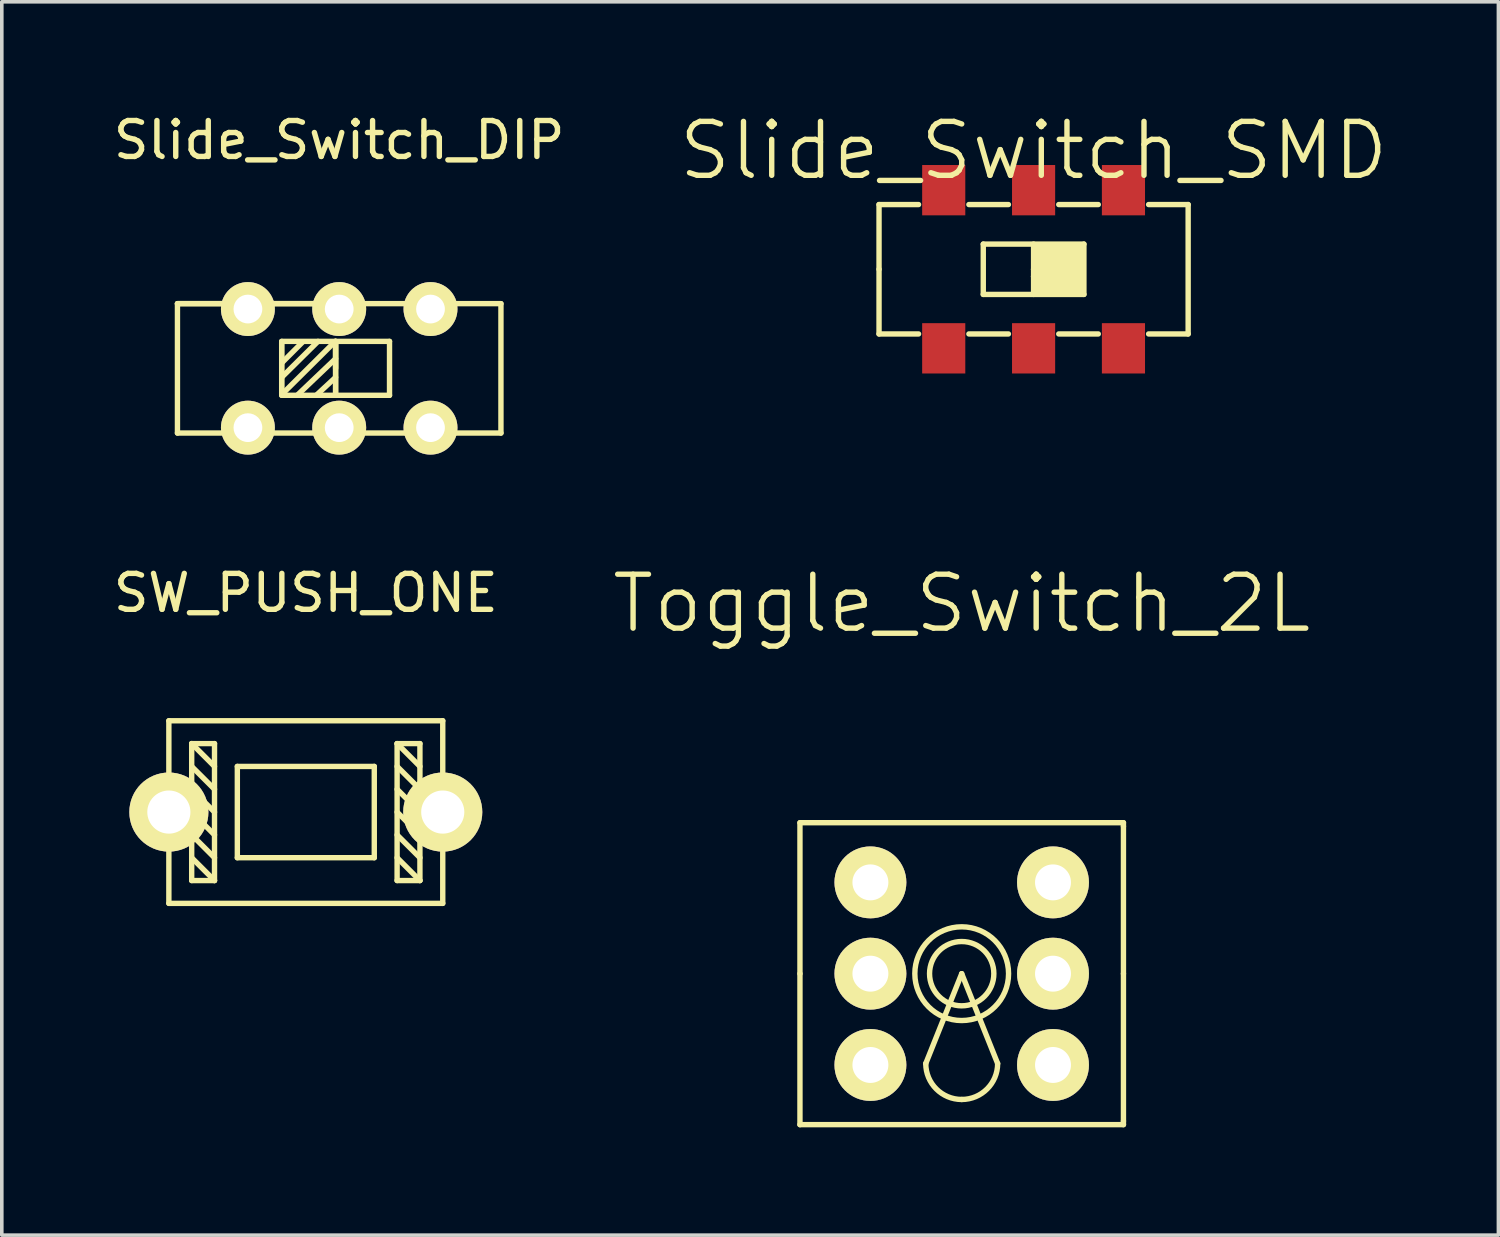
<source format=kicad_pcb>
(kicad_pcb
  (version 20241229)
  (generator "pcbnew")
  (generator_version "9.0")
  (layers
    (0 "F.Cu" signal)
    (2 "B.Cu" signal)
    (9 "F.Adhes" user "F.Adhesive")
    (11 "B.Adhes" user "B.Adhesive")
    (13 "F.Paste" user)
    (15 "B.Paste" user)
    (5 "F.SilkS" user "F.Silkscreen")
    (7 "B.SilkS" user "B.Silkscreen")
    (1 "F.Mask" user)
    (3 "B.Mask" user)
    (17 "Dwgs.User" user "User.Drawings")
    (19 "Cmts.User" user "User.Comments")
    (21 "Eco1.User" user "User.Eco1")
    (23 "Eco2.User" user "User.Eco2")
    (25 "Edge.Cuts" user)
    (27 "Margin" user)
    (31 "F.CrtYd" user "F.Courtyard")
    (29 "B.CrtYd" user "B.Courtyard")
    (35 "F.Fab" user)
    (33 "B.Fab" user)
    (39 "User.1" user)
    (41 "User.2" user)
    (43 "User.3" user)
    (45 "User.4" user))
  (footprint "Slide_Switch_DIP"
    (layer "F.Cu")
    (at 6.387 7.198)
    (property "Reference" "Slide_Switch_DIP" (at 0 -6.35 0) (layer "F.SilkS") (effects (font (size 1 1) (thickness 0.15))))
    (attr through_hole)
    (fp_line (start -4.5 -1.8) (end -4.5 1.8) (stroke (width 0.15) (type solid)) (layer "F.SilkS"))
    (fp_line (start -4.5 1.8) (end 4.5 1.8) (stroke (width 0.15) (type solid)) (layer "F.SilkS"))
    (fp_line (start -1.6 -0.75) (end -1.6 0.75) (stroke (width 0.15) (type solid)) (layer "F.SilkS"))
    (fp_line (start -1.6 -0.7) (end -1.6 0.7) (stroke (width 0.15) (type solid)) (layer "F.SilkS"))
    (fp_line (start -1.6 -0.15) (end -1.01 -0.74) (stroke (width 0.15) (type solid)) (layer "F.SilkS"))
    (fp_line (start -1.6 0.25) (end -0.59 -0.75) (stroke (width 0.15) (type solid)) (layer "F.SilkS"))
    (fp_line (start -1.6 0.75) (end -0.1 0.75) (stroke (width 0.15) (type solid)) (layer "F.SilkS"))
    (fp_line (start -1.59 0.72) (end -0.11 -0.75) (stroke (width 0.15) (type solid)) (layer "F.SilkS"))
    (fp_line (start -1.17 0.75) (end -0.1 -0.27) (stroke (width 0.15) (type solid)) (layer "F.SilkS"))
    (fp_line (start -0.64 0.75) (end -0.1 0.25) (stroke (width 0.15) (type solid)) (layer "F.SilkS"))
    (fp_line (start -0.1 -0.75) (end -1.6 -0.75) (stroke (width 0.15) (type solid)) (layer "F.SilkS"))
    (fp_line (start -0.1 -0.75) (end 1.4 -0.75) (stroke (width 0.15) (type solid)) (layer "F.SilkS"))
    (fp_line (start -0.1 -0.7) (end -0.1 0.7) (stroke (width 0.15) (type solid)) (layer "F.SilkS"))
    (fp_line (start -0.1 0) (end -0.1 -0.75) (stroke (width 0.15) (type solid)) (layer "F.SilkS"))
    (fp_line (start -0.1 0.75) (end -0.1 -0.75) (stroke (width 0.15) (type solid)) (layer "F.SilkS"))
    (fp_line (start 0 -1.8) (end -4.5 -1.8) (stroke (width 0.15) (type solid)) (layer "F.SilkS"))
    (fp_line (start 1.4 -0.75) (end 1.4 0.75) (stroke (width 0.15) (type solid)) (layer "F.SilkS"))
    (fp_line (start 1.4 0.75) (end -0.11 0.75) (stroke (width 0.15) (type solid)) (layer "F.SilkS"))
    (fp_line (start 4.5 -1.8) (end -4.5 -1.8) (stroke (width 0.15) (type solid)) (layer "F.SilkS"))
    (fp_line (start 4.5 1.8) (end 4.5 -1.8) (stroke (width 0.15) (type solid)) (layer "F.SilkS"))
    (pad "1" thru_hole circle (at -2.54 -1.65) (size 1.5 1.5) (drill 0.8) (layers "*.Cu" "*.Mask" "F.SilkS"))
    (pad "2" thru_hole circle (at 0 -1.65) (size 1.5 1.5) (drill 0.8) (layers "*.Cu" "*.Mask" "F.SilkS"))
    (pad "3" thru_hole circle (at 2.54 -1.65) (size 1.5 1.5) (drill 0.8) (layers "*.Cu" "*.Mask" "F.SilkS"))
    (pad "4" thru_hole circle (at 2.54 1.65) (size 1.5 1.5) (drill 0.8) (layers "*.Cu" "*.Mask" "F.SilkS"))
    (pad "5" thru_hole circle (at 0 1.65) (size 1.5 1.5) (drill 0.8) (layers "*.Cu" "*.Mask" "F.SilkS"))
    (pad "6" thru_hole circle (at -2.54 1.65) (size 1.5 1.5) (drill 0.8) (layers "*.Cu" "*.Mask" "F.SilkS")))
  (footprint "Toggle_Switch_2L"
    (layer "F.Cu")
    (at 23.706 24.039)
    (property "Reference" "Toggle_Switch_2L" (at 0 -10.3 0) (layer "F.SilkS") (effects (font (size 1.5 1.5) (thickness 0.15))))
    (attr through_hole)
    (fp_line (start -4.5 0) (end -4.5 -4.2) (stroke (width 0.15) (type solid)) (layer "F.SilkS"))
    (fp_line (start -4.5 0) (end -4.5 4.2) (stroke (width 0.15) (type solid)) (layer "F.SilkS"))
    (fp_line (start 0 0) (end -1 2.5) (stroke (width 0.15) (type solid)) (layer "F.SilkS"))
    (fp_line (start 0 0) (end 1 2.5) (stroke (width 0.15) (type solid)) (layer "F.SilkS"))
    (fp_line (start 4.5 -4.2) (end -4.5 -4.2) (stroke (width 0.15) (type solid)) (layer "F.SilkS"))
    (fp_line (start 4.5 -4.1) (end 4.5 -4.2) (stroke (width 0.15) (type solid)) (layer "F.SilkS"))
    (fp_line (start 4.5 0) (end 4.5 -4.1) (stroke (width 0.15) (type solid)) (layer "F.SilkS"))
    (fp_line (start 4.5 0) (end 4.5 4.1) (stroke (width 0.15) (type solid)) (layer "F.SilkS"))
    (fp_line (start 4.5 4.1) (end 4.5 4.2) (stroke (width 0.15) (type solid)) (layer "F.SilkS"))
    (fp_line (start 4.5 4.2) (end -4.5 4.2) (stroke (width 0.15) (type solid)) (layer "F.SilkS"))
    (fp_arc (start 0 3.5) (mid -0.707107 3.207107) (end -1 2.5) (stroke (width 0.15) (type solid)) (layer "F.SilkS"))
    (fp_arc (start 1 2.5) (mid 0.707107 3.207107) (end 0 3.5) (stroke (width 0.15) (type solid)) (layer "F.SilkS"))
    (fp_circle (center 0 0) (end 0.8 0.4) (stroke (width 0.15) (type solid)) (fill no) (layer "F.SilkS"))
    (fp_circle (center 0 0) (end 1.1 0.7) (stroke (width 0.15) (type solid)) (fill no) (layer "F.SilkS"))
    (pad "1" thru_hole circle (at -2.54 -2.54) (size 2 2) (drill 1) (layers "*.Cu" "*.Mask" "F.SilkS"))
    (pad "2" thru_hole circle (at -2.54 0) (size 2 2) (drill 1) (layers "*.Cu" "*.Mask" "F.SilkS"))
    (pad "3" thru_hole circle (at -2.54 2.54) (size 2 2) (drill 1) (layers "*.Cu" "*.Mask" "F.SilkS"))
    (pad "4" thru_hole circle (at 2.54 2.54) (size 2 2) (drill 1) (layers "*.Cu" "*.Mask" "F.SilkS"))
    (pad "5" thru_hole circle (at 2.54 0) (size 2 2) (drill 1) (layers "*.Cu" "*.Mask" "F.SilkS"))
    (pad "6" thru_hole circle (at 2.54 -2.54) (size 2 2) (drill 1) (layers "*.Cu" "*.Mask" "F.SilkS")))
  (footprint "Slide_Switch_SMD"
    (layer "F.Cu")
    (at 25.706 4.441)
    (property "Reference" "Slide_Switch_SMD" (at 0 -3.3 0) (layer "F.SilkS") (effects (font (size 1.5 1.5) (thickness 0.15))))
    (attr through_hole)
    (fp_line (start -4.3 -1.8) (end -3.2 -1.8) (stroke (width 0.15) (type solid)) (layer "F.SilkS"))
    (fp_line (start -4.3 0) (end -4.3 -1.8) (stroke (width 0.15) (type solid)) (layer "F.SilkS"))
    (fp_line (start -4.3 0) (end -4.3 1.8) (stroke (width 0.15) (type solid)) (layer "F.SilkS"))
    (fp_line (start -4.3 1.8) (end -3.2 1.8) (stroke (width 0.15) (type solid)) (layer "F.SilkS"))
    (fp_line (start -1.8 1.8) (end -0.7 1.8) (stroke (width 0.15) (type solid)) (layer "F.SilkS"))
    (fp_line (start -1.4 -0.7) (end 1.4 -0.7) (stroke (width 0.15) (type solid)) (layer "F.SilkS"))
    (fp_line (start -1.4 0.7) (end -1.4 -0.7) (stroke (width 0.15) (type solid)) (layer "F.SilkS"))
    (fp_line (start -0.7 -1.8) (end -1.8 -1.8) (stroke (width 0.15) (type solid)) (layer "F.SilkS"))
    (fp_line (start 0 -0.7) (end 0 0.7) (stroke (width 0.15) (type solid)) (layer "F.SilkS"))
    (fp_line (start 0 0) (end 0.1 -0.1) (stroke (width 0.15) (type solid)) (layer "F.SilkS"))
    (fp_line (start 0 0.2) (end 0.1 0.1) (stroke (width 0.15) (type solid)) (layer "F.SilkS"))
    (fp_line (start 0.1 -0.6) (end 1.3 -0.6) (stroke (width 0.15) (type solid)) (layer "F.SilkS"))
    (fp_line (start 0.1 -0.5) (end 1.3 -0.5) (stroke (width 0.15) (type solid)) (layer "F.SilkS"))
    (fp_line (start 0.1 -0.4) (end 0.1 -0.5) (stroke (width 0.15) (type solid)) (layer "F.SilkS"))
    (fp_line (start 0.1 -0.3) (end 1.3 -0.3) (stroke (width 0.15) (type solid)) (layer "F.SilkS"))
    (fp_line (start 0.1 -0.2) (end 0.1 -0.3) (stroke (width 0.15) (type solid)) (layer "F.SilkS"))
    (fp_line (start 0.1 -0.1) (end 1.3 -0.1) (stroke (width 0.15) (type solid)) (layer "F.SilkS"))
    (fp_line (start 0.1 0.1) (end 1.3 0.1) (stroke (width 0.15) (type solid)) (layer "F.SilkS"))
    (fp_line (start 0.1 0.3) (end 1.3 0.3) (stroke (width 0.15) (type solid)) (layer "F.SilkS"))
    (fp_line (start 0.1 0.4) (end 0.1 0.3) (stroke (width 0.15) (type solid)) (layer "F.SilkS"))
    (fp_line (start 0.1 0.5) (end 1.3 0.5) (stroke (width 0.15) (type solid)) (layer "F.SilkS"))
    (fp_line (start 0.1 0.6) (end 0.1 0.5) (stroke (width 0.15) (type solid)) (layer "F.SilkS"))
    (fp_line (start 0.7 -1.8) (end 1.8 -1.8) (stroke (width 0.15) (type solid)) (layer "F.SilkS"))
    (fp_line (start 0.7 1.8) (end 1.8 1.8) (stroke (width 0.15) (type solid)) (layer "F.SilkS"))
    (fp_line (start 1.3 -0.4) (end 0.1 -0.4) (stroke (width 0.15) (type solid)) (layer "F.SilkS"))
    (fp_line (start 1.3 -0.3) (end 1.3 -0.4) (stroke (width 0.15) (type solid)) (layer "F.SilkS"))
    (fp_line (start 1.3 -0.2) (end 0.1 -0.2) (stroke (width 0.15) (type solid)) (layer "F.SilkS"))
    (fp_line (start 1.3 -0.1) (end 1.3 -0.2) (stroke (width 0.15) (type solid)) (layer "F.SilkS"))
    (fp_line (start 1.3 0) (end 0 0) (stroke (width 0.15) (type solid)) (layer "F.SilkS"))
    (fp_line (start 1.3 0.1) (end 1.3 0) (stroke (width 0.15) (type solid)) (layer "F.SilkS"))
    (fp_line (start 1.3 0.2) (end 0 0.2) (stroke (width 0.15) (type solid)) (layer "F.SilkS"))
    (fp_line (start 1.3 0.3) (end 1.3 0.2) (stroke (width 0.15) (type solid)) (layer "F.SilkS"))
    (fp_line (start 1.3 0.4) (end 0.1 0.4) (stroke (width 0.15) (type solid)) (layer "F.SilkS"))
    (fp_line (start 1.3 0.5) (end 1.3 0.4) (stroke (width 0.15) (type solid)) (layer "F.SilkS"))
    (fp_line (start 1.3 0.6) (end 0.1 0.6) (stroke (width 0.15) (type solid)) (layer "F.SilkS"))
    (fp_line (start 1.4 -0.7) (end 1.4 0.7) (stroke (width 0.15) (type solid)) (layer "F.SilkS"))
    (fp_line (start 1.4 0.7) (end -1.4 0.7) (stroke (width 0.15) (type solid)) (layer "F.SilkS"))
    (fp_line (start 3.2 1.8) (end 4.3 1.8) (stroke (width 0.15) (type solid)) (layer "F.SilkS"))
    (fp_line (start 4.3 -1.8) (end 3.2 -1.8) (stroke (width 0.15) (type solid)) (layer "F.SilkS"))
    (fp_line (start 4.3 1.8) (end 4.3 -1.8) (stroke (width 0.15) (type solid)) (layer "F.SilkS"))
    (pad "1" smd rect (at -2.5 2.2) (size 1.2 1.4) (layers "F.Cu" "F.Mask" "F.Paste"))
    (pad "2" smd rect (at 0 2.2) (size 1.2 1.4) (layers "F.Cu" "F.Mask" "F.Paste"))
    (pad "3" smd rect (at 2.5 2.2) (size 1.2 1.4) (layers "F.Cu" "F.Mask" "F.Paste"))
    (pad "4" smd rect (at 2.5 -2.2) (size 1.2 1.4) (layers "F.Cu" "F.Mask" "F.Paste"))
    (pad "5" smd rect (at 0 -2.2) (size 1.2 1.4) (layers "F.Cu" "F.Mask" "F.Paste"))
    (pad "6" smd rect (at -2.5 -2.2) (size 1.2 1.4) (layers "F.Cu" "F.Mask" "F.Paste")))
  (footprint "SW_PUSH_ONE"
    (layer "F.Cu")
    (at 1.648 19.543)
    (property "Reference" "SW_PUSH_ONE" (at 3.81 -6.096 0) (layer "F.SilkS") (effects (font (size 1 1) (thickness 0.15))))
    (attr through_hole)
    (fp_line (start 0 -2.54) (end 0 2.54) (stroke (width 0.15) (type solid)) (layer "F.SilkS"))
    (fp_line (start 0 2.54) (end 7.62 2.54) (stroke (width 0.15) (type solid)) (layer "F.SilkS"))
    (fp_line (start 0.635 -1.905) (end 1.27 -1.27) (stroke (width 0.15) (type solid)) (layer "F.SilkS"))
    (fp_line (start 0.635 -1.27) (end 1.27 -0.635) (stroke (width 0.15) (type solid)) (layer "F.SilkS"))
    (fp_line (start 0.635 -0.635) (end 1.27 0) (stroke (width 0.15) (type solid)) (layer "F.SilkS"))
    (fp_line (start 0.635 0) (end 1.27 0.635) (stroke (width 0.15) (type solid)) (layer "F.SilkS"))
    (fp_line (start 0.635 0.635) (end 1.27 1.27) (stroke (width 0.15) (type solid)) (layer "F.SilkS"))
    (fp_line (start 0.635 1.27) (end 1.27 1.905) (stroke (width 0.15) (type solid)) (layer "F.SilkS"))
    (fp_line (start 0.635 1.905) (end 0.635 -1.905) (stroke (width 0.15) (type solid)) (layer "F.SilkS"))
    (fp_line (start 0.635 1.905) (end 1.27 1.905) (stroke (width 0.15) (type solid)) (layer "F.SilkS"))
    (fp_line (start 1.27 -1.905) (end 0.635 -1.905) (stroke (width 0.15) (type solid)) (layer "F.SilkS"))
    (fp_line (start 1.27 -1.905) (end 1.27 1.905) (stroke (width 0.15) (type solid)) (layer "F.SilkS"))
    (fp_line (start 1.905 -1.27) (end 1.905 1.27) (stroke (width 0.15) (type solid)) (layer "F.SilkS"))
    (fp_line (start 1.905 1.27) (end 5.715 1.27) (stroke (width 0.15) (type solid)) (layer "F.SilkS"))
    (fp_line (start 5.715 -1.27) (end 1.905 -1.27) (stroke (width 0.15) (type solid)) (layer "F.SilkS"))
    (fp_line (start 5.715 1.27) (end 5.715 -1.27) (stroke (width 0.15) (type solid)) (layer "F.SilkS"))
    (fp_line (start 6.35 -1.905) (end 6.35 1.905) (stroke (width 0.15) (type solid)) (layer "F.SilkS"))
    (fp_line (start 6.35 -1.905) (end 6.985 -1.27) (stroke (width 0.15) (type solid)) (layer "F.SilkS"))
    (fp_line (start 6.35 -1.27) (end 6.985 -0.635) (stroke (width 0.15) (type solid)) (layer "F.SilkS"))
    (fp_line (start 6.35 -0.635) (end 6.985 0) (stroke (width 0.15) (type solid)) (layer "F.SilkS"))
    (fp_line (start 6.35 0) (end 6.985 0.635) (stroke (width 0.15) (type solid)) (layer "F.SilkS"))
    (fp_line (start 6.35 0.635) (end 6.985 1.27) (stroke (width 0.15) (type solid)) (layer "F.SilkS"))
    (fp_line (start 6.35 1.27) (end 6.985 1.905) (stroke (width 0.15) (type solid)) (layer "F.SilkS"))
    (fp_line (start 6.35 1.905) (end 6.985 1.905) (stroke (width 0.15) (type solid)) (layer "F.SilkS"))
    (fp_line (start 6.985 -1.905) (end 6.35 -1.905) (stroke (width 0.15) (type solid)) (layer "F.SilkS"))
    (fp_line (start 6.985 1.905) (end 6.985 -1.905) (stroke (width 0.15) (type solid)) (layer "F.SilkS"))
    (fp_line (start 7.62 -2.54) (end 0 -2.54) (stroke (width 0.15) (type solid)) (layer "F.SilkS"))
    (fp_line (start 7.62 2.54) (end 7.62 -2.54) (stroke (width 0.15) (type solid)) (layer "F.SilkS"))
    (pad "1" thru_hole circle (at 0 0) (size 2.2 2.2) (drill 1.2) (layers "*.Cu" "*.Mask" "F.SilkS"))
    (pad "2" thru_hole circle (at 7.62 0) (size 2.2 2.2) (drill 1.2) (layers "*.Cu" "*.Mask" "F.SilkS")))
  (gr_rect
    (start -3 -3)
    (end 38.638 31.314)
    (stroke (width 0.1) (type default))
    (fill no)
    (layer "Edge.Cuts")))
</source>
